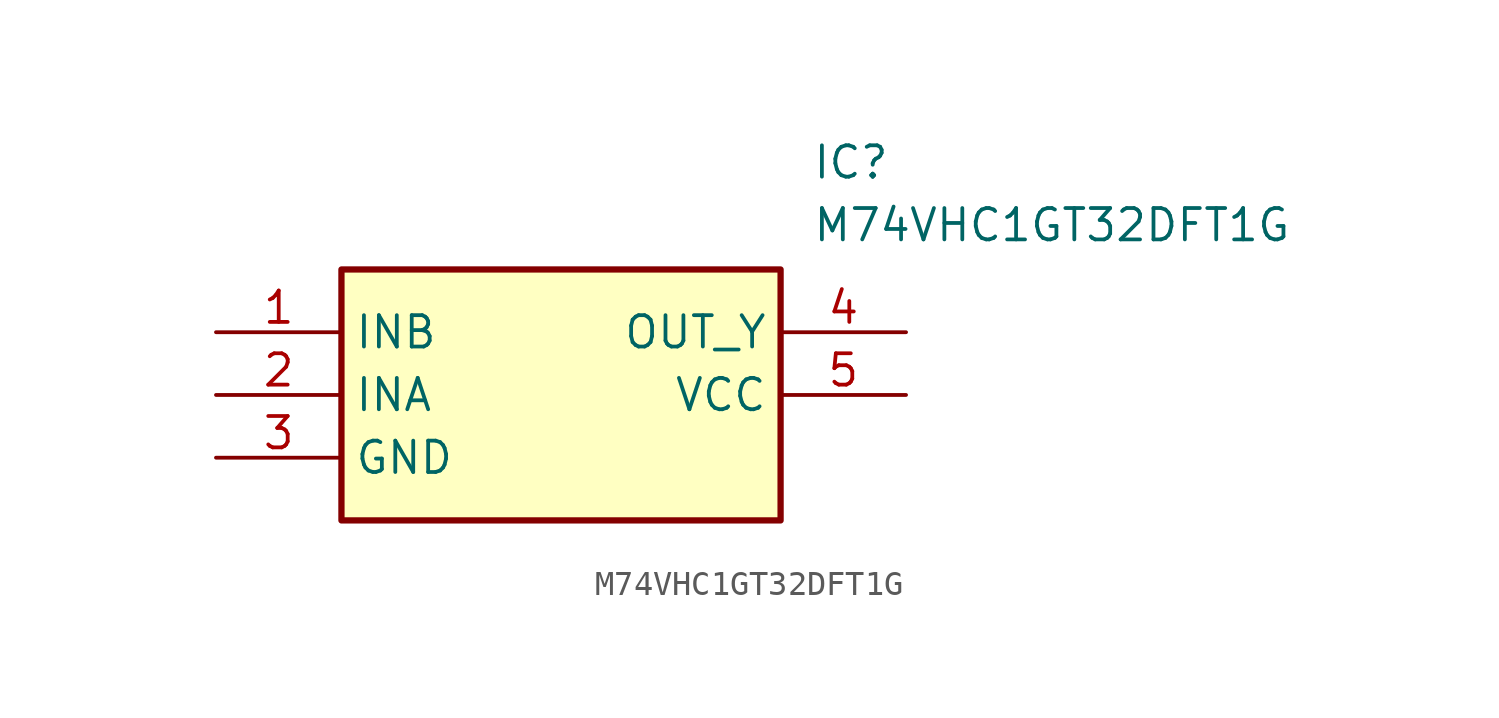
<source format=kicad_sym>
(kicad_symbol_lib
  (version 20211014)
  (generator SamacSys_ECAD_Model)
  (symbol "M74VHC1GT32DFT1G"
    (property "Reference" "IC"
      (at 24.13 7.62 0)
      (effects (font (size 1.27 1.27)) (justify left top)))
    (property "Value" "M74VHC1GT32DFT1G"
      (at 24.13 5.08 0)
      (effects (font (size 1.27 1.27)) (justify left top)))
    (rectangle
      (start 5.08 2.54)
      (end 22.86 -7.62)
      (stroke (width 0.254) (type default))
      (fill (type background)))
    (pin input line
      (at 0 0 0)
      (length 5.08)
      (name "INB" (effects (font (size 1.27 1.27))))
      (number "1" (effects (font (size 1.27 1.27)))))
    (pin input line
      (at 0 -2.54 0)
      (length 5.08)
      (name "INA" (effects (font (size 1.27 1.27))))
      (number "2" (effects (font (size 1.27 1.27)))))
    (pin power_in line
      (at 0 -5.08 0)
      (length 5.08)
      (name "GND" (effects (font (size 1.27 1.27))))
      (number "3" (effects (font (size 1.27 1.27)))))
    (pin output line
      (at 27.94 0 180)
      (length 5.08)
      (name "OUT_Y" (effects (font (size 1.27 1.27))))
      (number "4" (effects (font (size 1.27 1.27)))))
    (pin power_in line
      (at 27.94 -2.54 180)
      (length 5.08)
      (name "VCC" (effects (font (size 1.27 1.27))))
      (number "5" (effects (font (size 1.27 1.27)))))))
</source>
